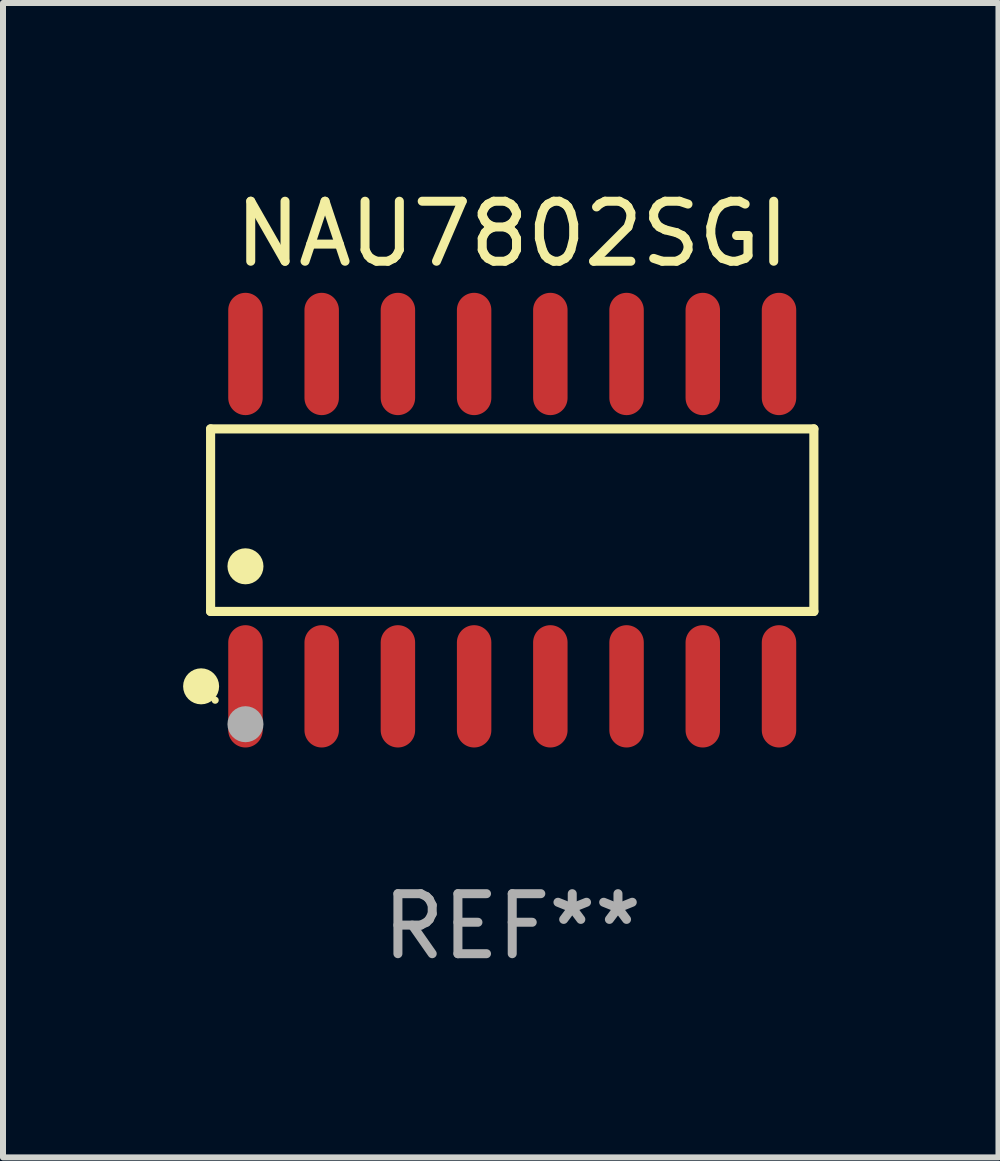
<source format=kicad_pcb>
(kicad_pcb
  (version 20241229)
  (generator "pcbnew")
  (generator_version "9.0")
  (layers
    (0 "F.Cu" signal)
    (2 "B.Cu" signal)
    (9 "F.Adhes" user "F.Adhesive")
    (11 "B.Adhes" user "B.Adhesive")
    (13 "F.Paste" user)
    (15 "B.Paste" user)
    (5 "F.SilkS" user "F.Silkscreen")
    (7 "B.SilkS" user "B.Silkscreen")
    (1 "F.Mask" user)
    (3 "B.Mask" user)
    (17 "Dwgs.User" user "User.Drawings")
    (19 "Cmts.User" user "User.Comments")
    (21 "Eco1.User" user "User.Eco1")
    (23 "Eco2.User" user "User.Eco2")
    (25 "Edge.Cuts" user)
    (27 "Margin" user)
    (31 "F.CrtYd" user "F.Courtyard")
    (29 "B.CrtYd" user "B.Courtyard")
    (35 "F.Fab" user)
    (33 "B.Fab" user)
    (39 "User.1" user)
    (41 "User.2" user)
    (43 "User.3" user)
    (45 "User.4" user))
  (footprint "NAU7802SGI"
    (layer "F.Cu")
    (at 5.485 5.617)
    (property "Reference" "NAU7802SGI" (at 0 -4.769 0) (layer "F.SilkS") (effects (font (size 1 1) (thickness 0.15))))
    (attr through_hole)
    (fp_line (start -5.026 -1.521) (end 5.026 -1.521) (stroke (width 0.152) (type solid)) (layer "F.SilkS"))
    (fp_line (start -5.026 1.521) (end -5.026 -1.521) (stroke (width 0.152) (type solid)) (layer "F.SilkS"))
    (fp_line (start 5.026 -1.521) (end 5.026 1.521) (stroke (width 0.152) (type solid)) (layer "F.SilkS"))
    (fp_line (start 5.026 1.521) (end -5.026 1.521) (stroke (width 0.152) (type solid)) (layer "F.SilkS"))
    (fp_circle (center -5.184 2.769) (end -5.034 2.769) (stroke (width 0.3) (type solid)) (fill no) (layer "F.SilkS"))
    (fp_circle (center -4.95 3) (end -4.92 3) (stroke (width 0.06) (type solid)) (fill no) (layer "F.SilkS"))
    (fp_circle (center -4.445 0.769) (end -4.295 0.769) (stroke (width 0.3) (type solid)) (fill no) (layer "F.SilkS"))
    (fp_circle (center -4.445 3.4) (end -4.295 3.4) (stroke (width 0.3) (type solid)) (fill no) (layer "F.Fab"))
    (fp_text user "REF**" (at 0 6.769 0) (layer "F.Fab") (effects (font (size 1 1) (thickness 0.15))))
    (pad "1" smd oval (at -4.445 2.769) (size 0.574 2.038) (layers "F.Cu" "F.Mask" "F.Paste"))
    (pad "2" smd oval (at -3.175 2.769) (size 0.574 2.038) (layers "F.Cu" "F.Mask" "F.Paste"))
    (pad "3" smd oval (at -1.905 2.769) (size 0.574 2.038) (layers "F.Cu" "F.Mask" "F.Paste"))
    (pad "4" smd oval (at -0.635 2.769) (size 0.574 2.038) (layers "F.Cu" "F.Mask" "F.Paste"))
    (pad "5" smd oval (at 0.635 2.769) (size 0.574 2.038) (layers "F.Cu" "F.Mask" "F.Paste"))
    (pad "6" smd oval (at 1.905 2.769) (size 0.574 2.038) (layers "F.Cu" "F.Mask" "F.Paste"))
    (pad "7" smd oval (at 3.175 2.769) (size 0.574 2.038) (layers "F.Cu" "F.Mask" "F.Paste"))
    (pad "8" smd oval (at 4.445 2.769) (size 0.574 2.038) (layers "F.Cu" "F.Mask" "F.Paste"))
    (pad "9" smd oval (at 4.445 -2.769) (size 0.574 2.038) (layers "F.Cu" "F.Mask" "F.Paste"))
    (pad "10" smd oval (at 3.175 -2.769) (size 0.574 2.038) (layers "F.Cu" "F.Mask" "F.Paste"))
    (pad "11" smd oval (at 1.905 -2.769) (size 0.574 2.038) (layers "F.Cu" "F.Mask" "F.Paste"))
    (pad "12" smd oval (at 0.635 -2.769) (size 0.574 2.038) (layers "F.Cu" "F.Mask" "F.Paste"))
    (pad "13" smd oval (at -0.635 -2.769) (size 0.574 2.038) (layers "F.Cu" "F.Mask" "F.Paste"))
    (pad "14" smd oval (at -1.905 -2.769) (size 0.574 2.038) (layers "F.Cu" "F.Mask" "F.Paste"))
    (pad "15" smd oval (at -3.175 -2.769) (size 0.574 2.038) (layers "F.Cu" "F.Mask" "F.Paste"))
    (pad "16" smd oval (at -4.445 -2.769) (size 0.574 2.038) (layers "F.Cu" "F.Mask" "F.Paste")))
  (gr_rect
    (start -3 -3)
    (end 13.587 16.235)
    (stroke (width 0.1) (type default))
    (fill no)
    (layer "Edge.Cuts")))
</source>
